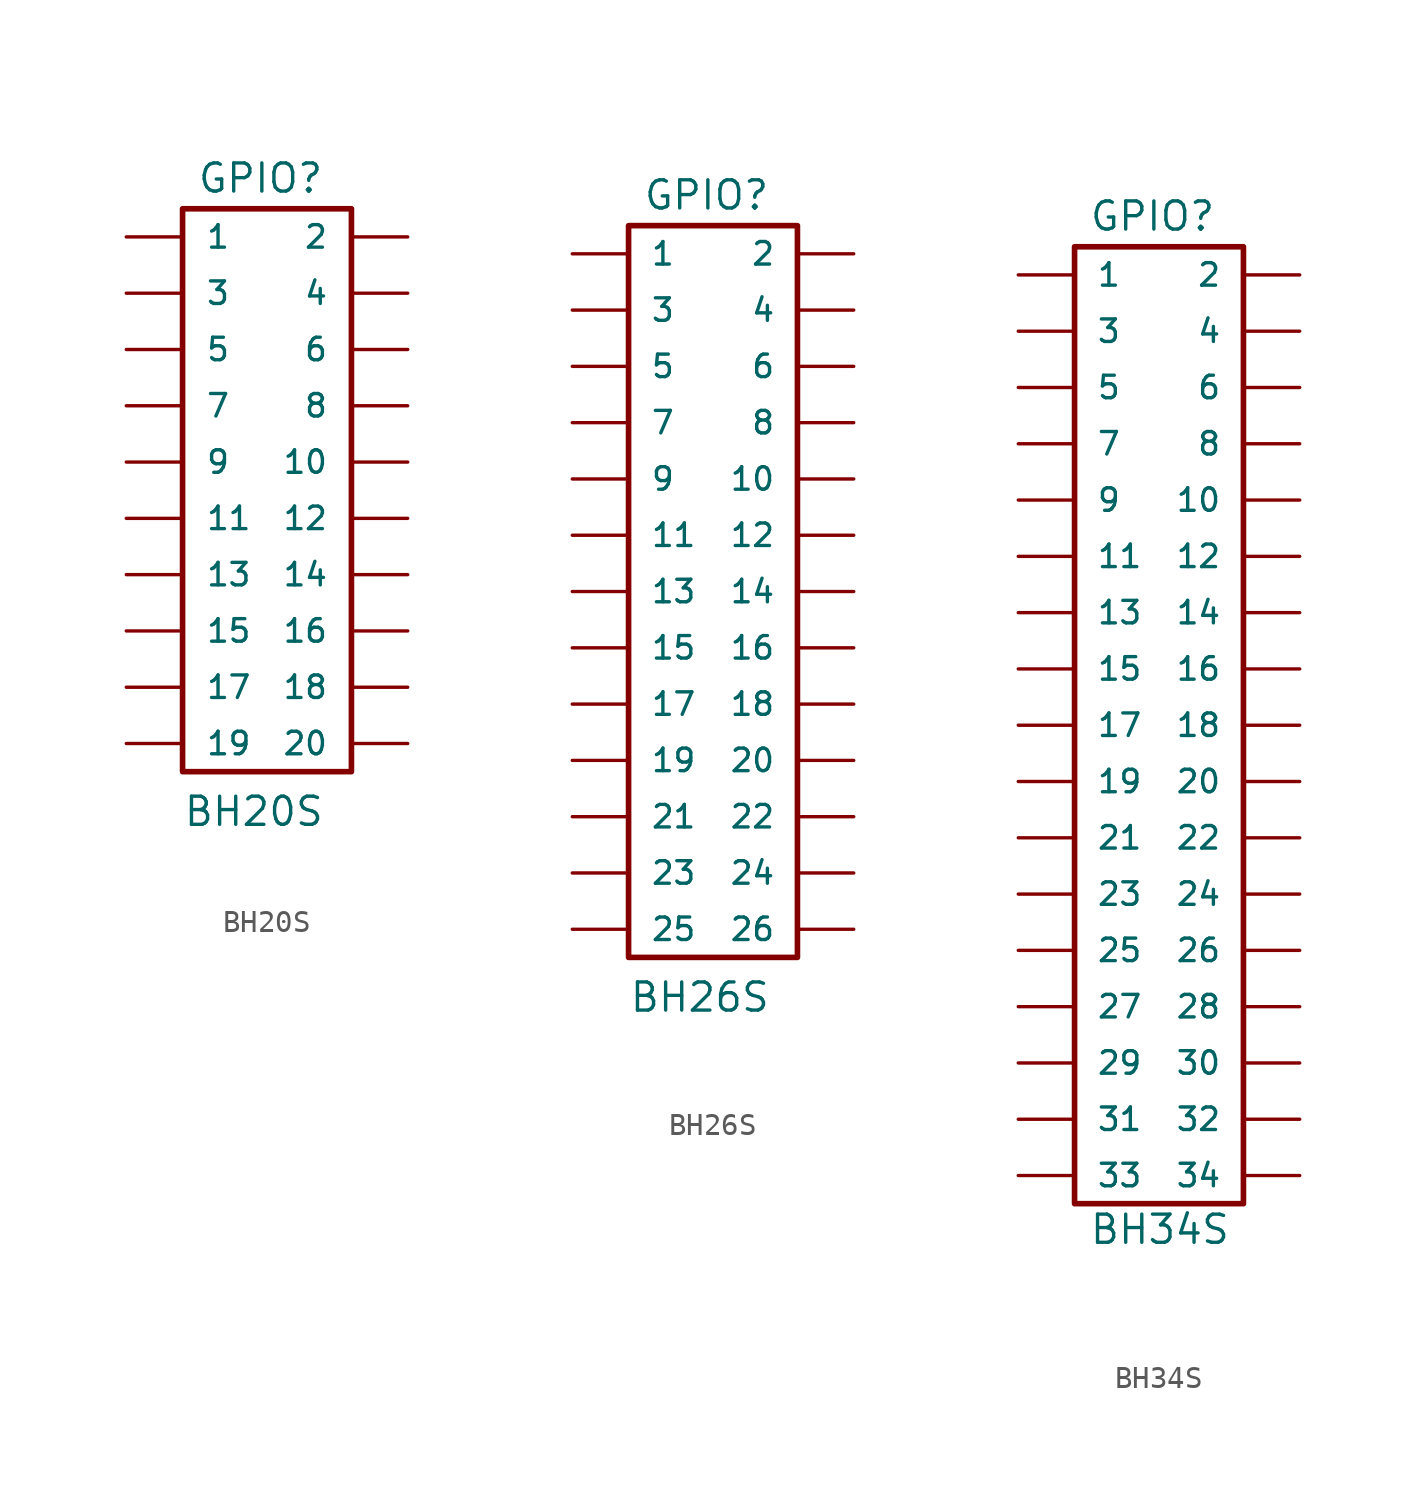
<source format=kicad_sym>
(kicad_symbol_lib
  (version 20220914)
  (generator kicad_symbol_editor)
  (symbol "BH20S"
    (pin_numbers hide)
    (pin_names
      (offset 1.016))
    (property "Reference" "GPIO"
      (at -4.445 12.065 0)
      (effects (font (size 1.27 1.27)) (justify left bottom)))
    (property "Value" "BH20S"
      (at -5.08 -16.51 0)
      (effects (font (size 1.27 1.27)) (justify left bottom)))
    (property "Datasheet" ""
      (at 0 -12.7 0)
      (effects (font (size 1.524 1.524))))
    (property "ki_locked" ""
      (at 0 0 0)
      (effects (font (size 1.27 1.27))))
    (symbol "BH20S_1_0"
      (rectangle (start 2.54 -13.97) (end -5.08 11.43) (stroke (width 0.254) (type solid)) (fill (type none))))
    (symbol "BH20S_1_1"
      (pin passive line (at -7.62 10.16 0) (length 2.54) (name "1" (effects (font (size 1.016 1.016)))) (number "1" (effects (font (size 1.016 1.016)))))
      (pin passive line (at 5.08 0 180) (length 2.54) (name "10" (effects (font (size 1.016 1.016)))) (number "10" (effects (font (size 1.016 1.016)))))
      (pin passive line (at -7.62 -2.54 0) (length 2.54) (name "11" (effects (font (size 1.016 1.016)))) (number "11" (effects (font (size 1.016 1.016)))))
      (pin passive line (at 5.08 -2.54 180) (length 2.54) (name "12" (effects (font (size 1.016 1.016)))) (number "12" (effects (font (size 1.016 1.016)))))
      (pin passive line (at -7.62 -5.08 0) (length 2.54) (name "13" (effects (font (size 1.016 1.016)))) (number "13" (effects (font (size 1.016 1.016)))))
      (pin passive line (at 5.08 -5.08 180) (length 2.54) (name "14" (effects (font (size 1.016 1.016)))) (number "14" (effects (font (size 1.016 1.016)))))
      (pin passive line (at -7.62 -7.62 0) (length 2.54) (name "15" (effects (font (size 1.016 1.016)))) (number "15" (effects (font (size 1.016 1.016)))))
      (pin passive line (at 5.08 -7.62 180) (length 2.54) (name "16" (effects (font (size 1.016 1.016)))) (number "16" (effects (font (size 1.016 1.016)))))
      (pin passive line (at -7.62 -10.16 0) (length 2.54) (name "17" (effects (font (size 1.016 1.016)))) (number "17" (effects (font (size 1.016 1.016)))))
      (pin passive line (at 5.08 -10.16 180) (length 2.54) (name "18" (effects (font (size 1.016 1.016)))) (number "18" (effects (font (size 1.016 1.016)))))
      (pin passive line (at -7.62 -12.7 0) (length 2.54) (name "19" (effects (font (size 1.016 1.016)))) (number "19" (effects (font (size 1.016 1.016)))))
      (pin passive line (at 5.08 10.16 180) (length 2.54) (name "2" (effects (font (size 1.016 1.016)))) (number "2" (effects (font (size 1.016 1.016)))))
      (pin passive line (at 5.08 -12.7 180) (length 2.54) (name "20" (effects (font (size 1.016 1.016)))) (number "20" (effects (font (size 1.016 1.016)))))
      (pin passive line (at -7.62 7.62 0) (length 2.54) (name "3" (effects (font (size 1.016 1.016)))) (number "3" (effects (font (size 1.016 1.016)))))
      (pin passive line (at 5.08 7.62 180) (length 2.54) (name "4" (effects (font (size 1.016 1.016)))) (number "4" (effects (font (size 1.016 1.016)))))
      (pin passive line (at -7.62 5.08 0) (length 2.54) (name "5" (effects (font (size 1.016 1.016)))) (number "5" (effects (font (size 1.016 1.016)))))
      (pin passive line (at 5.08 5.08 180) (length 2.54) (name "6" (effects (font (size 1.016 1.016)))) (number "6" (effects (font (size 1.016 1.016)))))
      (pin passive line (at -7.62 2.54 0) (length 2.54) (name "7" (effects (font (size 1.016 1.016)))) (number "7" (effects (font (size 1.016 1.016)))))
      (pin passive line (at 5.08 2.54 180) (length 2.54) (name "8" (effects (font (size 1.016 1.016)))) (number "8" (effects (font (size 1.016 1.016)))))
      (pin passive line (at -7.62 0 0) (length 2.54) (name "9" (effects (font (size 1.016 1.016)))) (number "9" (effects (font (size 1.016 1.016)))))))
  (symbol "BH26S"
    (pin_numbers hide)
    (pin_names
      (offset 1.016))
    (property "Reference" "GPIO"
      (at -4.445 17.145 0)
      (effects (font (size 1.27 1.27)) (justify left bottom)))
    (property "Value" "BH26S"
      (at -5.08 -19.05 0)
      (effects (font (size 1.27 1.27)) (justify left bottom)))
    (property "Datasheet" ""
      (at 0 -7.62 0)
      (effects (font (size 1.524 1.524))))
    (symbol "BH26S_1_0"
      (rectangle (start 2.54 -16.51) (end -5.08 16.51) (stroke (width 0.254) (type solid)) (fill (type none))))
    (symbol "BH26S_1_1"
      (pin passive line (at -7.62 15.24 0) (length 2.489) (name "1" (effects (font (size 1.016 1.016)))) (number "1" (effects (font (size 1.016 1.016)))))
      (pin passive line (at 5.08 5.08 180) (length 2.489) (name "10" (effects (font (size 1.016 1.016)))) (number "10" (effects (font (size 1.016 1.016)))))
      (pin passive line (at -7.62 2.54 0) (length 2.489) (name "11" (effects (font (size 1.016 1.016)))) (number "11" (effects (font (size 1.016 1.016)))))
      (pin passive line (at 5.08 2.54 180) (length 2.489) (name "12" (effects (font (size 1.016 1.016)))) (number "12" (effects (font (size 1.016 1.016)))))
      (pin passive line (at -7.62 0 0) (length 2.489) (name "13" (effects (font (size 1.016 1.016)))) (number "13" (effects (font (size 1.016 1.016)))))
      (pin passive line (at 5.08 0 180) (length 2.489) (name "14" (effects (font (size 1.016 1.016)))) (number "14" (effects (font (size 1.016 1.016)))))
      (pin passive line (at -7.62 -2.54 0) (length 2.489) (name "15" (effects (font (size 1.016 1.016)))) (number "15" (effects (font (size 1.016 1.016)))))
      (pin passive line (at 5.08 -2.54 180) (length 2.489) (name "16" (effects (font (size 1.016 1.016)))) (number "16" (effects (font (size 1.016 1.016)))))
      (pin passive line (at -7.62 -5.08 0) (length 2.489) (name "17" (effects (font (size 1.016 1.016)))) (number "17" (effects (font (size 1.016 1.016)))))
      (pin passive line (at 5.08 -5.08 180) (length 2.489) (name "18" (effects (font (size 1.016 1.016)))) (number "18" (effects (font (size 1.016 1.016)))))
      (pin passive line (at -7.62 -7.62 0) (length 2.489) (name "19" (effects (font (size 1.016 1.016)))) (number "19" (effects (font (size 1.016 1.016)))))
      (pin passive line (at 5.08 15.24 180) (length 2.489) (name "2" (effects (font (size 1.016 1.016)))) (number "2" (effects (font (size 1.016 1.016)))))
      (pin passive line (at 5.08 -7.62 180) (length 2.489) (name "20" (effects (font (size 1.016 1.016)))) (number "20" (effects (font (size 1.016 1.016)))))
      (pin passive line (at -7.62 -10.16 0) (length 2.489) (name "21" (effects (font (size 1.016 1.016)))) (number "21" (effects (font (size 1.016 1.016)))))
      (pin passive line (at 5.08 -10.16 180) (length 2.489) (name "22" (effects (font (size 1.016 1.016)))) (number "22" (effects (font (size 1.016 1.016)))))
      (pin passive line (at -7.62 -12.7 0) (length 2.489) (name "23" (effects (font (size 1.016 1.016)))) (number "23" (effects (font (size 1.016 1.016)))))
      (pin passive line (at 5.08 -12.7 180) (length 2.489) (name "24" (effects (font (size 1.016 1.016)))) (number "24" (effects (font (size 1.016 1.016)))))
      (pin passive line (at -7.62 -15.24 0) (length 2.489) (name "25" (effects (font (size 1.016 1.016)))) (number "25" (effects (font (size 1.016 1.016)))))
      (pin passive line (at 5.08 -15.24 180) (length 2.489) (name "26" (effects (font (size 1.016 1.016)))) (number "26" (effects (font (size 1.016 1.016)))))
      (pin passive line (at -7.62 12.7 0) (length 2.489) (name "3" (effects (font (size 1.016 1.016)))) (number "3" (effects (font (size 1.016 1.016)))))
      (pin passive line (at 5.08 12.7 180) (length 2.489) (name "4" (effects (font (size 1.016 1.016)))) (number "4" (effects (font (size 1.016 1.016)))))
      (pin passive line (at -7.62 10.16 0) (length 2.489) (name "5" (effects (font (size 1.016 1.016)))) (number "5" (effects (font (size 1.016 1.016)))))
      (pin passive line (at 5.08 10.16 180) (length 2.489) (name "6" (effects (font (size 1.016 1.016)))) (number "6" (effects (font (size 1.016 1.016)))))
      (pin passive line (at -7.62 7.62 0) (length 2.489) (name "7" (effects (font (size 1.016 1.016)))) (number "7" (effects (font (size 1.016 1.016)))))
      (pin passive line (at 5.08 7.62 180) (length 2.489) (name "8" (effects (font (size 1.016 1.016)))) (number "8" (effects (font (size 1.016 1.016)))))
      (pin passive line (at -7.62 5.08 0) (length 2.489) (name "9" (effects (font (size 1.016 1.016)))) (number "9" (effects (font (size 1.016 1.016)))))))
  (symbol "BH34S"
    (pin_numbers hide)
    (pin_names
      (offset 1.016))
    (property "Reference" "GPIO"
      (at -4.445 22.225 0)
      (effects (font (size 1.27 1.27)) (justify left bottom)))
    (property "Value" "BH34S"
      (at -4.445 -23.495 0)
      (effects (font (size 1.27 1.27)) (justify left bottom)))
    (property "Datasheet" ""
      (at 0 -2.54 0)
      (effects (font (size 1.524 1.524))))
    (symbol "BH34S_1_0"
      (rectangle (start 2.54 -21.59) (end -5.08 21.59) (stroke (width 0.254) (type solid)) (fill (type none))))
    (symbol "BH34S_1_1"
      (pin passive line (at -7.62 20.32 0) (length 2.489) (name "1" (effects (font (size 1.016 1.016)))) (number "1" (effects (font (size 1.016 1.016)))))
      (pin passive line (at 5.08 10.16 180) (length 2.489) (name "10" (effects (font (size 1.016 1.016)))) (number "10" (effects (font (size 1.016 1.016)))))
      (pin passive line (at -7.62 7.62 0) (length 2.489) (name "11" (effects (font (size 1.016 1.016)))) (number "11" (effects (font (size 1.016 1.016)))))
      (pin passive line (at 5.08 7.62 180) (length 2.489) (name "12" (effects (font (size 1.016 1.016)))) (number "12" (effects (font (size 1.016 1.016)))))
      (pin passive line (at -7.62 5.08 0) (length 2.489) (name "13" (effects (font (size 1.016 1.016)))) (number "13" (effects (font (size 1.016 1.016)))))
      (pin passive line (at 5.08 5.08 180) (length 2.489) (name "14" (effects (font (size 1.016 1.016)))) (number "14" (effects (font (size 1.016 1.016)))))
      (pin passive line (at -7.62 2.54 0) (length 2.489) (name "15" (effects (font (size 1.016 1.016)))) (number "15" (effects (font (size 1.016 1.016)))))
      (pin passive line (at 5.08 2.54 180) (length 2.489) (name "16" (effects (font (size 1.016 1.016)))) (number "16" (effects (font (size 1.016 1.016)))))
      (pin passive line (at -7.62 0 0) (length 2.489) (name "17" (effects (font (size 1.016 1.016)))) (number "17" (effects (font (size 1.016 1.016)))))
      (pin passive line (at 5.08 0 180) (length 2.489) (name "18" (effects (font (size 1.016 1.016)))) (number "18" (effects (font (size 1.016 1.016)))))
      (pin passive line (at -7.62 -2.54 0) (length 2.489) (name "19" (effects (font (size 1.016 1.016)))) (number "19" (effects (font (size 1.016 1.016)))))
      (pin passive line (at 5.08 20.32 180) (length 2.489) (name "2" (effects (font (size 1.016 1.016)))) (number "2" (effects (font (size 1.016 1.016)))))
      (pin passive line (at 5.08 -2.54 180) (length 2.489) (name "20" (effects (font (size 1.016 1.016)))) (number "20" (effects (font (size 1.016 1.016)))))
      (pin passive line (at -7.62 -5.08 0) (length 2.489) (name "21" (effects (font (size 1.016 1.016)))) (number "21" (effects (font (size 1.016 1.016)))))
      (pin passive line (at 5.08 -5.08 180) (length 2.489) (name "22" (effects (font (size 1.016 1.016)))) (number "22" (effects (font (size 1.016 1.016)))))
      (pin passive line (at -7.62 -7.62 0) (length 2.489) (name "23" (effects (font (size 1.016 1.016)))) (number "23" (effects (font (size 1.016 1.016)))))
      (pin passive line (at 5.08 -7.62 180) (length 2.489) (name "24" (effects (font (size 1.016 1.016)))) (number "24" (effects (font (size 1.016 1.016)))))
      (pin passive line (at -7.62 -10.16 0) (length 2.489) (name "25" (effects (font (size 1.016 1.016)))) (number "25" (effects (font (size 1.016 1.016)))))
      (pin passive line (at 5.08 -10.16 180) (length 2.489) (name "26" (effects (font (size 1.016 1.016)))) (number "26" (effects (font (size 1.016 1.016)))))
      (pin passive line (at -7.62 -12.7 0) (length 2.489) (name "27" (effects (font (size 1.016 1.016)))) (number "27" (effects (font (size 1.016 1.016)))))
      (pin passive line (at 5.08 -12.7 180) (length 2.489) (name "28" (effects (font (size 1.016 1.016)))) (number "28" (effects (font (size 1.016 1.016)))))
      (pin passive line (at -7.62 -15.24 0) (length 2.489) (name "29" (effects (font (size 1.016 1.016)))) (number "29" (effects (font (size 1.016 1.016)))))
      (pin passive line (at -7.62 17.78 0) (length 2.489) (name "3" (effects (font (size 1.016 1.016)))) (number "3" (effects (font (size 1.016 1.016)))))
      (pin passive line (at 5.08 -15.24 180) (length 2.489) (name "30" (effects (font (size 1.016 1.016)))) (number "30" (effects (font (size 1.016 1.016)))))
      (pin passive line (at -7.62 -17.78 0) (length 2.489) (name "31" (effects (font (size 1.016 1.016)))) (number "31" (effects (font (size 1.016 1.016)))))
      (pin passive line (at 5.08 -17.78 180) (length 2.489) (name "32" (effects (font (size 1.016 1.016)))) (number "32" (effects (font (size 1.016 1.016)))))
      (pin passive line (at -7.62 -20.32 0) (length 2.489) (name "33" (effects (font (size 1.016 1.016)))) (number "33" (effects (font (size 1.016 1.016)))))
      (pin passive line (at 5.08 -20.32 180) (length 2.489) (name "34" (effects (font (size 1.016 1.016)))) (number "34" (effects (font (size 1.016 1.016)))))
      (pin passive line (at 5.08 17.78 180) (length 2.489) (name "4" (effects (font (size 1.016 1.016)))) (number "4" (effects (font (size 1.016 1.016)))))
      (pin passive line (at -7.62 15.24 0) (length 2.489) (name "5" (effects (font (size 1.016 1.016)))) (number "5" (effects (font (size 1.016 1.016)))))
      (pin passive line (at 5.08 15.24 180) (length 2.489) (name "6" (effects (font (size 1.016 1.016)))) (number "6" (effects (font (size 1.016 1.016)))))
      (pin passive line (at -7.62 12.7 0) (length 2.489) (name "7" (effects (font (size 1.016 1.016)))) (number "7" (effects (font (size 1.016 1.016)))))
      (pin passive line (at 5.08 12.7 180) (length 2.489) (name "8" (effects (font (size 1.016 1.016)))) (number "8" (effects (font (size 1.016 1.016)))))
      (pin passive line (at -7.62 10.16 0) (length 2.489) (name "9" (effects (font (size 1.016 1.016)))) (number "9" (effects (font (size 1.016 1.016))))))))
</source>
